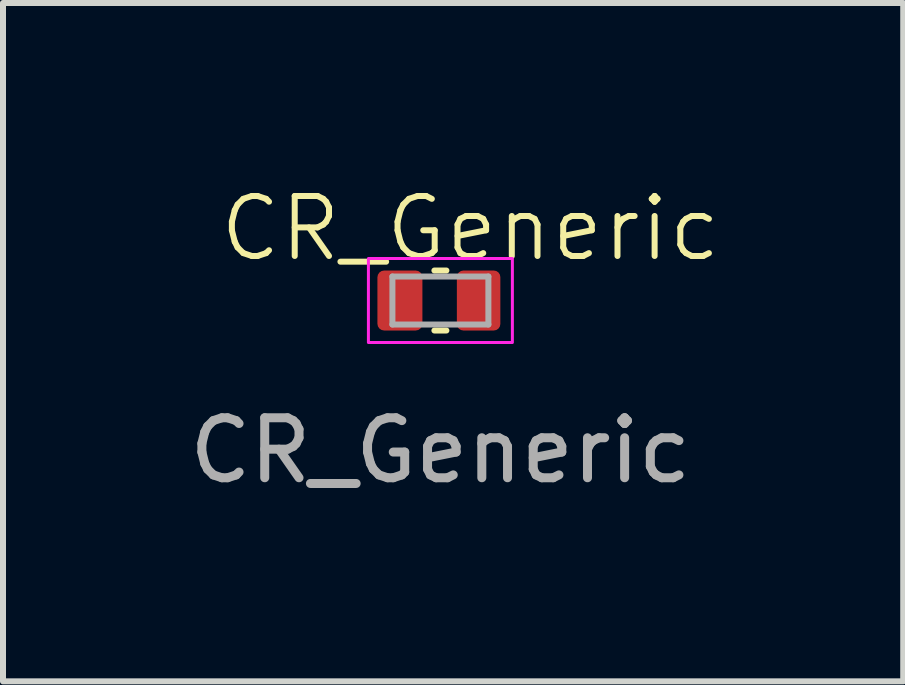
<source format=kicad_pcb>
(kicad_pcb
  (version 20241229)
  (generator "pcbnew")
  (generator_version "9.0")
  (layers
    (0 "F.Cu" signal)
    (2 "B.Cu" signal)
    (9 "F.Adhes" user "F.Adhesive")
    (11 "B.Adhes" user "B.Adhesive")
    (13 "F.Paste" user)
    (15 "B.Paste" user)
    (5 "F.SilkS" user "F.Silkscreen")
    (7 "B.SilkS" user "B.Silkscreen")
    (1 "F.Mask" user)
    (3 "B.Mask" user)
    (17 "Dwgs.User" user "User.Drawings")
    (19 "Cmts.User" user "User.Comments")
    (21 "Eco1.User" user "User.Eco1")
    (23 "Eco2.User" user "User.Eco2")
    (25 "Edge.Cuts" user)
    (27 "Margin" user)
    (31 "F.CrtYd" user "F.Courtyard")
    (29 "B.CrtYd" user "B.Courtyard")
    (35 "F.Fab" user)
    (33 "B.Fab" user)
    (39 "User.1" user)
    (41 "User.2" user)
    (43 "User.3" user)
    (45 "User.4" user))
  (footprint "CR_Generic"
    (layer "F.Cu")
    (at 4.292 1.96)
    (property "Reference" "CR_Generic" (at 0.5 -1.2 0) (unlocked yes) (layer "F.SilkS") (effects (font (size 1 1) (thickness 0.1))))
    (attr smd)
    (fp_line (start 0.1 -0.5) (end -0.1 -0.5) (stroke (width 0.1) (type default)) (layer "F.SilkS"))
    (fp_line (start 0.1 0.5) (end -0.1 0.5) (stroke (width 0.1) (type default)) (layer "F.SilkS"))
    (fp_rect (start -1.2 -0.7) (end 1.2 0.7) (stroke (width 0.05) (type default)) (fill no) (layer "F.CrtYd"))
    (fp_line (start -0.8 -0.4) (end -0.8 0.4) (stroke (width 0.1) (type default)) (layer "F.Fab"))
    (fp_line (start -0.8 0.4) (end 0.8 0.4) (stroke (width 0.1) (type default)) (layer "F.Fab"))
    (fp_line (start 0.8 -0.4) (end -0.8 -0.4) (stroke (width 0.1) (type default)) (layer "F.Fab"))
    (fp_line (start 0.8 0.4) (end 0.8 -0.4) (stroke (width 0.1) (type default)) (layer "F.Fab"))
    (fp_text user "${REFERENCE}" (at 0 2.5 0) (unlocked yes) (layer "F.Fab") (effects (font (size 1 1) (thickness 0.15))))
    (pad "1" smd roundrect (at -0.675 0 90) (size 1 0.75) (layers "F.Cu" "F.Mask" "F.Paste") (roundrect_rratio 0.15))
    (pad "2" smd roundrect (at 0.637 0 90) (size 1 0.725) (layers "F.Cu" "F.Mask" "F.Paste") (roundrect_rratio 0.15)))
  (gr_rect
    (start -3 -3)
    (end 12.008 8.309)
    (stroke (width 0.1) (type default))
    (fill no)
    (layer "Edge.Cuts")))
</source>
